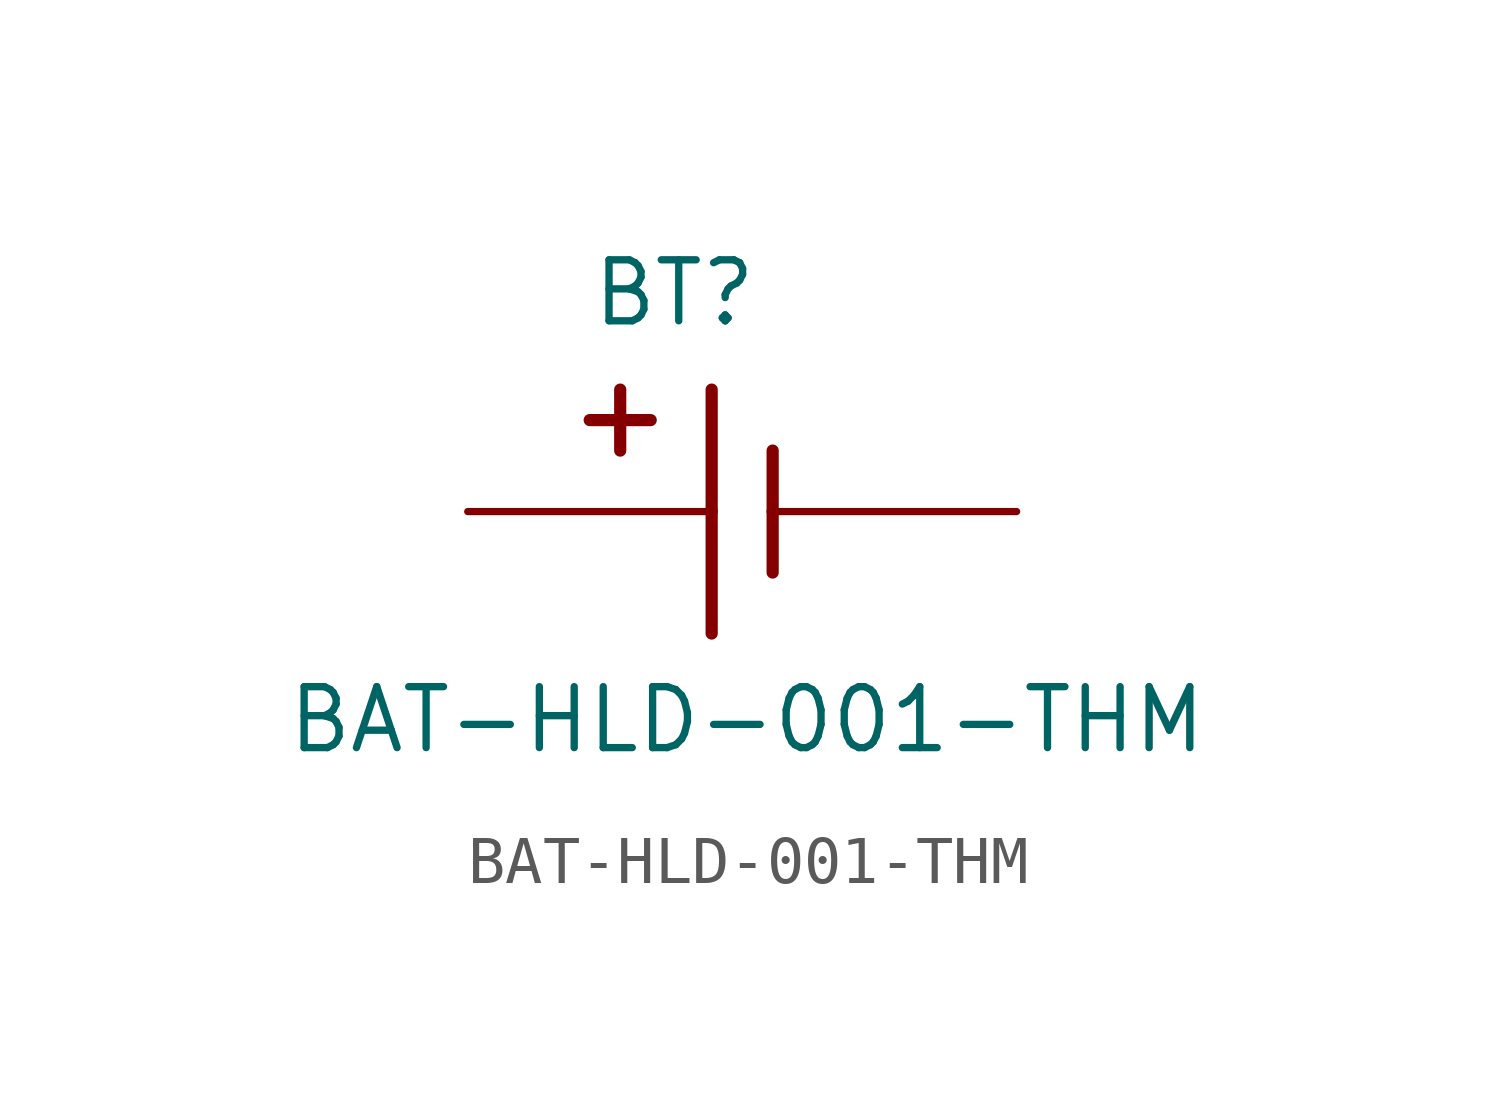
<source format=kicad_sym>
(kicad_symbol_lib
  (version 20231120)
  (generator "kicad_symbol_editor")
  (generator_version "8.0")
  (symbol "BAT-HLD-001-THM"
    (pin_names
      (offset 1.016))
    (property "Reference" "BT"
      (at -3.81 3.81 0)
      (effects (font (size 1.27 1.27)) (justify left bottom)))
    (property "Value" "BAT-HLD-001-THM"
      (at -10.16 -5.08 0)
      (effects (font (size 1.27 1.27)) (justify left bottom)))
    (symbol "BAT-HLD-001-THM_0_0"
      (polyline (pts (xy -3.81 1.905) (xy -2.54 1.905)) (stroke (width 0.254) (type default)) (fill (type none)))
      (polyline (pts (xy -3.175 2.54) (xy -3.175 1.27)) (stroke (width 0.254) (type default)) (fill (type none)))
      (polyline (pts (xy -1.27 0) (xy -1.27 -2.54)) (stroke (width 0.254) (type default)) (fill (type none)))
      (polyline (pts (xy -1.27 2.54) (xy -1.27 0)) (stroke (width 0.254) (type default)) (fill (type none)))
      (polyline (pts (xy 0 0) (xy 0 -1.27)) (stroke (width 0.254) (type default)) (fill (type none)))
      (polyline (pts (xy 0 1.27) (xy 0 0)) (stroke (width 0.254) (type default)) (fill (type none))))
    (symbol "BAT-HLD-001-THM_1_0"
      (pin power_in line (at -6.35 0 0) (length 5.08) (name "+" (effects (font (size 0 0)))) (number "+" (effects (font (size 0 0)))))
      (pin power_in line (at 5.08 0 180) (length 5.08) (name "-" (effects (font (size 0 0)))) (number "-" (effects (font (size 0 0))))))))
</source>
